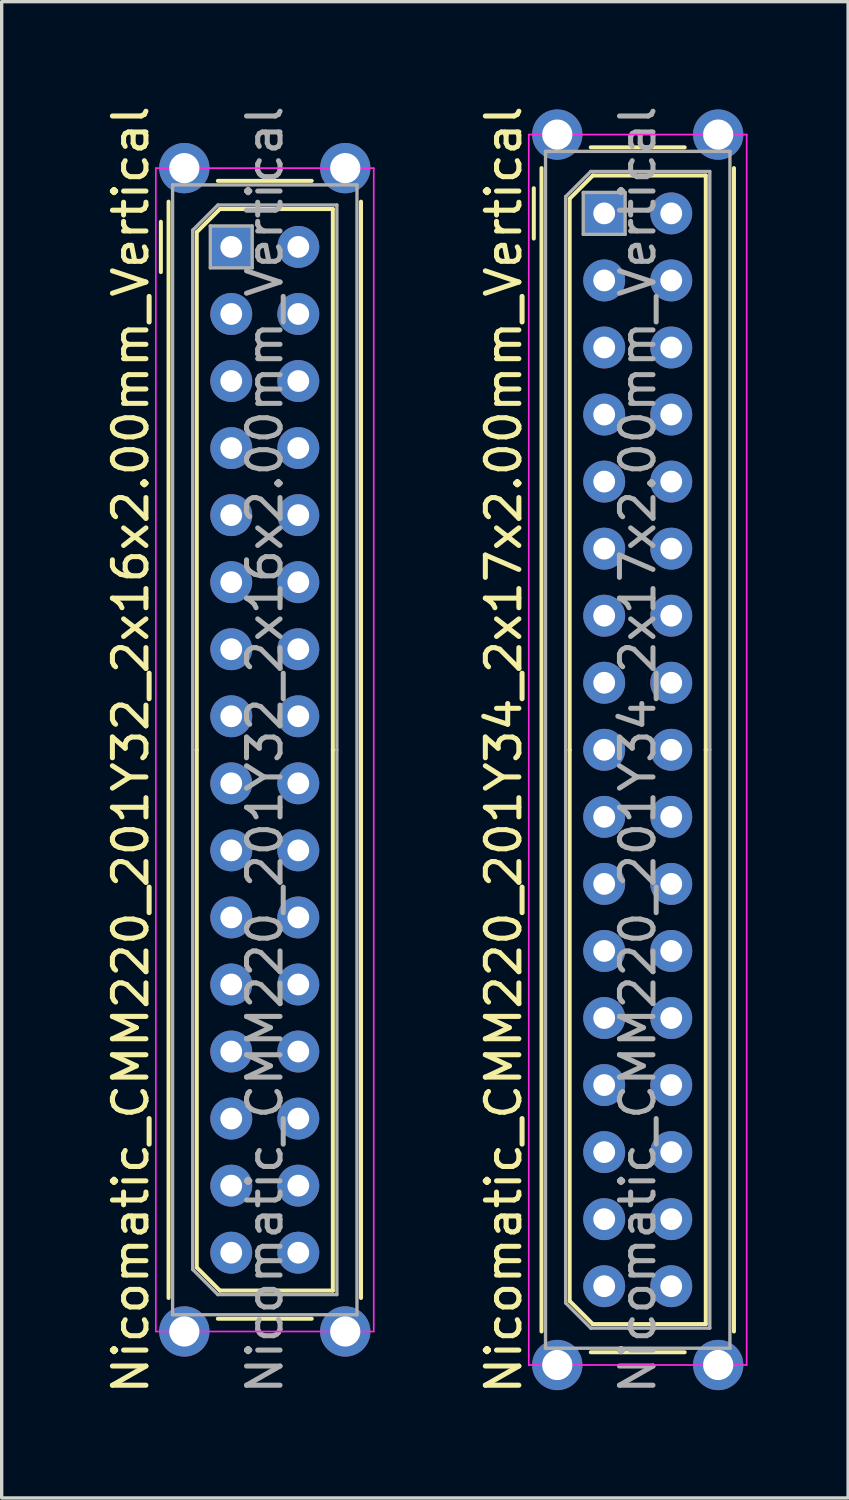
<source format=kicad_pcb>
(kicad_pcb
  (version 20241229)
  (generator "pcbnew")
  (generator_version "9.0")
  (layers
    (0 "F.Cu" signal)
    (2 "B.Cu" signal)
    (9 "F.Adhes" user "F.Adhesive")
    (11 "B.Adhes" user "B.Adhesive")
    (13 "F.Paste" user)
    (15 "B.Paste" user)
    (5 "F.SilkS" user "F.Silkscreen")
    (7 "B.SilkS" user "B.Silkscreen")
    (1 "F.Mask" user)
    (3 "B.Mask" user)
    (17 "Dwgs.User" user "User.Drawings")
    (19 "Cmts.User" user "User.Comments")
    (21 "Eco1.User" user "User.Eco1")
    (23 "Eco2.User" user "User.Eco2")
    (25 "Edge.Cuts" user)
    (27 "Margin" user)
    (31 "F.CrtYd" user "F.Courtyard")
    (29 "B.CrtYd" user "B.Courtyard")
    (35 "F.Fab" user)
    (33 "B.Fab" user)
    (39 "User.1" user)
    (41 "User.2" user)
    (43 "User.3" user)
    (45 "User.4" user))
  (footprint "Nicomatic_CMM220_201Y34_2x17x2.00mm_Vertical"
    (layer "F.Cu")
    (at 14.972 3.315)
    (property "Reference" "Nicomatic_CMM220_201Y34_2x17x2.00mm_Vertical" (at -3 16 90) (layer "F.SilkS") (effects (font (size 1 1) (thickness 0.15))))
    (attr through_hole)
    (fp_line (start -2.1 -0.75) (end -2.1 0.75) (stroke (width 0.12) (type solid)) (layer "F.SilkS"))
    (fp_line (start -1.87 33.35) (end -1.87 -1.35) (stroke (width 0.12) (type solid)) (layer "F.SilkS"))
    (fp_line (start -1.03 -0.44) (end -0.34 -1.13) (stroke (width 0.12) (type solid)) (layer "F.SilkS"))
    (fp_line (start -1.03 16) (end -1.03 -0.44) (stroke (width 0.12) (type solid)) (layer "F.SilkS"))
    (fp_line (start -1.03 16) (end -1.03 32.44) (stroke (width 0.12) (type solid)) (layer "F.SilkS"))
    (fp_line (start -1.03 32.44) (end -0.34 33.13) (stroke (width 0.12) (type solid)) (layer "F.SilkS"))
    (fp_line (start -0.4 -1.97) (end 2.4 -1.97) (stroke (width 0.12) (type solid)) (layer "F.SilkS"))
    (fp_line (start -0.4 33.97) (end 2.4 33.97) (stroke (width 0.12) (type solid)) (layer "F.SilkS"))
    (fp_line (start -0.34 -1.13) (end 3.03 -1.13) (stroke (width 0.12) (type solid)) (layer "F.SilkS"))
    (fp_line (start -0.34 33.13) (end 3.03 33.13) (stroke (width 0.12) (type solid)) (layer "F.SilkS"))
    (fp_line (start 3.03 -1.13) (end 3.03 16) (stroke (width 0.12) (type solid)) (layer "F.SilkS"))
    (fp_line (start 3.03 33.13) (end 3.03 16) (stroke (width 0.12) (type solid)) (layer "F.SilkS"))
    (fp_line (start 3.87 33.35) (end 3.87 -1.35) (stroke (width 0.12) (type solid)) (layer "F.SilkS"))
    (fp_line (start -2.25 -2.35) (end -2.25 34.35) (stroke (width 0.05) (type solid)) (layer "F.CrtYd"))
    (fp_line (start -2.25 34.35) (end 4.25 34.35) (stroke (width 0.05) (type solid)) (layer "F.CrtYd"))
    (fp_line (start 4.25 -2.35) (end -2.25 -2.35) (stroke (width 0.05) (type solid)) (layer "F.CrtYd"))
    (fp_line (start 4.25 34.35) (end 4.25 -2.35) (stroke (width 0.05) (type solid)) (layer "F.CrtYd"))
    (fp_line (start -1.75 -1.85) (end -1.75 33.85) (stroke (width 0.1) (type solid)) (layer "F.Fab"))
    (fp_line (start -1.75 33.85) (end 3.75 33.85) (stroke (width 0.1) (type solid)) (layer "F.Fab"))
    (fp_line (start -1.15 -0.5) (end -0.4 -1.25) (stroke (width 0.1) (type solid)) (layer "F.Fab"))
    (fp_line (start -1.15 16) (end -1.15 -0.5) (stroke (width 0.1) (type solid)) (layer "F.Fab"))
    (fp_line (start -1.15 16) (end -1.15 32.5) (stroke (width 0.1) (type solid)) (layer "F.Fab"))
    (fp_line (start -1.15 32.5) (end -0.4 33.25) (stroke (width 0.1) (type solid)) (layer "F.Fab"))
    (fp_line (start -0.625 -0.625) (end -0.625 0.625) (stroke (width 0.1) (type solid)) (layer "F.Fab"))
    (fp_line (start -0.625 0.625) (end 0.625 0.625) (stroke (width 0.1) (type solid)) (layer "F.Fab"))
    (fp_line (start -0.4 -1.25) (end 3.15 -1.25) (stroke (width 0.1) (type solid)) (layer "F.Fab"))
    (fp_line (start -0.4 33.25) (end 3.15 33.25) (stroke (width 0.1) (type solid)) (layer "F.Fab"))
    (fp_line (start 0.625 -0.625) (end -0.625 -0.625) (stroke (width 0.1) (type solid)) (layer "F.Fab"))
    (fp_line (start 0.625 0.625) (end 0.625 -0.625) (stroke (width 0.1) (type solid)) (layer "F.Fab"))
    (fp_line (start 3.15 -1.25) (end 3.15 16) (stroke (width 0.1) (type solid)) (layer "F.Fab"))
    (fp_line (start 3.15 33.25) (end 3.15 16) (stroke (width 0.1) (type solid)) (layer "F.Fab"))
    (fp_line (start 3.75 -1.85) (end -1.75 -1.85) (stroke (width 0.1) (type solid)) (layer "F.Fab"))
    (fp_line (start 3.75 33.85) (end 3.75 -1.85) (stroke (width 0.1) (type solid)) (layer "F.Fab"))
    (fp_text user "${REFERENCE}" (at 1 16 90) (layer "F.Fab") (effects (font (size 1 1) (thickness 0.15))))
    (pad "" thru_hole circle (at -1.4 -2.35) (size 1.5 1.5) (drill 0.9) (layers "*.Cu" "*.Mask"))
    (pad "" thru_hole circle (at -1.4 34.35) (size 1.5 1.5) (drill 0.9) (layers "*.Cu" "*.Mask"))
    (pad "" thru_hole circle (at 3.4 -2.35) (size 1.5 1.5) (drill 0.9) (layers "*.Cu" "*.Mask"))
    (pad "" thru_hole circle (at 3.4 34.35) (size 1.5 1.5) (drill 0.9) (layers "*.Cu" "*.Mask"))
    (pad "1" thru_hole rect (at 0 0) (size 1.25 1.25) (drill 0.65) (layers "*.Cu" "*.Mask"))
    (pad "2" thru_hole oval (at 0 2) (size 1.25 1.25) (drill 0.65) (layers "*.Cu" "*.Mask"))
    (pad "3" thru_hole oval (at 0 4) (size 1.25 1.25) (drill 0.65) (layers "*.Cu" "*.Mask"))
    (pad "4" thru_hole oval (at 0 6) (size 1.25 1.25) (drill 0.65) (layers "*.Cu" "*.Mask"))
    (pad "5" thru_hole oval (at 0 8) (size 1.25 1.25) (drill 0.65) (layers "*.Cu" "*.Mask"))
    (pad "6" thru_hole oval (at 0 10) (size 1.25 1.25) (drill 0.65) (layers "*.Cu" "*.Mask"))
    (pad "7" thru_hole oval (at 0 12) (size 1.25 1.25) (drill 0.65) (layers "*.Cu" "*.Mask"))
    (pad "8" thru_hole oval (at 0 14) (size 1.25 1.25) (drill 0.65) (layers "*.Cu" "*.Mask"))
    (pad "9" thru_hole oval (at 0 16) (size 1.25 1.25) (drill 0.65) (layers "*.Cu" "*.Mask"))
    (pad "10" thru_hole oval (at 0 18) (size 1.25 1.25) (drill 0.65) (layers "*.Cu" "*.Mask"))
    (pad "11" thru_hole oval (at 0 20) (size 1.25 1.25) (drill 0.65) (layers "*.Cu" "*.Mask"))
    (pad "12" thru_hole oval (at 0 22) (size 1.25 1.25) (drill 0.65) (layers "*.Cu" "*.Mask"))
    (pad "13" thru_hole oval (at 0 24) (size 1.25 1.25) (drill 0.65) (layers "*.Cu" "*.Mask"))
    (pad "14" thru_hole oval (at 0 26) (size 1.25 1.25) (drill 0.65) (layers "*.Cu" "*.Mask"))
    (pad "15" thru_hole oval (at 0 28) (size 1.25 1.25) (drill 0.65) (layers "*.Cu" "*.Mask"))
    (pad "16" thru_hole oval (at 0 30) (size 1.25 1.25) (drill 0.65) (layers "*.Cu" "*.Mask"))
    (pad "17" thru_hole oval (at 0 32) (size 1.25 1.25) (drill 0.65) (layers "*.Cu" "*.Mask"))
    (pad "18" thru_hole oval (at 2 0) (size 1.25 1.25) (drill 0.65) (layers "*.Cu" "*.Mask"))
    (pad "19" thru_hole oval (at 2 2) (size 1.25 1.25) (drill 0.65) (layers "*.Cu" "*.Mask"))
    (pad "20" thru_hole oval (at 2 4) (size 1.25 1.25) (drill 0.65) (layers "*.Cu" "*.Mask"))
    (pad "21" thru_hole oval (at 2 6) (size 1.25 1.25) (drill 0.65) (layers "*.Cu" "*.Mask"))
    (pad "22" thru_hole oval (at 2 8) (size 1.25 1.25) (drill 0.65) (layers "*.Cu" "*.Mask"))
    (pad "23" thru_hole oval (at 2 10) (size 1.25 1.25) (drill 0.65) (layers "*.Cu" "*.Mask"))
    (pad "24" thru_hole oval (at 2 12) (size 1.25 1.25) (drill 0.65) (layers "*.Cu" "*.Mask"))
    (pad "25" thru_hole oval (at 2 14) (size 1.25 1.25) (drill 0.65) (layers "*.Cu" "*.Mask"))
    (pad "26" thru_hole oval (at 2 16) (size 1.25 1.25) (drill 0.65) (layers "*.Cu" "*.Mask"))
    (pad "27" thru_hole oval (at 2 18) (size 1.25 1.25) (drill 0.65) (layers "*.Cu" "*.Mask"))
    (pad "28" thru_hole oval (at 2 20) (size 1.25 1.25) (drill 0.65) (layers "*.Cu" "*.Mask"))
    (pad "29" thru_hole oval (at 2 22) (size 1.25 1.25) (drill 0.65) (layers "*.Cu" "*.Mask"))
    (pad "30" thru_hole oval (at 2 24) (size 1.25 1.25) (drill 0.65) (layers "*.Cu" "*.Mask"))
    (pad "31" thru_hole oval (at 2 26) (size 1.25 1.25) (drill 0.65) (layers "*.Cu" "*.Mask"))
    (pad "32" thru_hole oval (at 2 28) (size 1.25 1.25) (drill 0.65) (layers "*.Cu" "*.Mask"))
    (pad "33" thru_hole oval (at 2 30) (size 1.25 1.25) (drill 0.65) (layers "*.Cu" "*.Mask"))
    (pad "34" thru_hole oval (at 2 32) (size 1.25 1.25) (drill 0.65) (layers "*.Cu" "*.Mask")))
  (footprint "Nicomatic_CMM220_201Y32_2x16x2.00mm_Vertical"
    (layer "F.Cu")
    (at 3.848 4.315)
    (property "Reference" "Nicomatic_CMM220_201Y32_2x16x2.00mm_Vertical" (at -3 15 90) (layer "F.SilkS") (effects (font (size 1 1) (thickness 0.15))))
    (attr through_hole)
    (fp_line (start -2.1 -0.75) (end -2.1 0.75) (stroke (width 0.12) (type solid)) (layer "F.SilkS"))
    (fp_line (start -1.87 31.35) (end -1.87 -1.35) (stroke (width 0.12) (type solid)) (layer "F.SilkS"))
    (fp_line (start -1.03 -0.44) (end -0.34 -1.13) (stroke (width 0.12) (type solid)) (layer "F.SilkS"))
    (fp_line (start -1.03 15) (end -1.03 -0.44) (stroke (width 0.12) (type solid)) (layer "F.SilkS"))
    (fp_line (start -1.03 15) (end -1.03 30.44) (stroke (width 0.12) (type solid)) (layer "F.SilkS"))
    (fp_line (start -1.03 30.44) (end -0.34 31.13) (stroke (width 0.12) (type solid)) (layer "F.SilkS"))
    (fp_line (start -0.4 -1.97) (end 2.4 -1.97) (stroke (width 0.12) (type solid)) (layer "F.SilkS"))
    (fp_line (start -0.4 31.97) (end 2.4 31.97) (stroke (width 0.12) (type solid)) (layer "F.SilkS"))
    (fp_line (start -0.34 -1.13) (end 3.03 -1.13) (stroke (width 0.12) (type solid)) (layer "F.SilkS"))
    (fp_line (start -0.34 31.13) (end 3.03 31.13) (stroke (width 0.12) (type solid)) (layer "F.SilkS"))
    (fp_line (start 3.03 -1.13) (end 3.03 15) (stroke (width 0.12) (type solid)) (layer "F.SilkS"))
    (fp_line (start 3.03 31.13) (end 3.03 15) (stroke (width 0.12) (type solid)) (layer "F.SilkS"))
    (fp_line (start 3.87 31.35) (end 3.87 -1.35) (stroke (width 0.12) (type solid)) (layer "F.SilkS"))
    (fp_line (start -2.25 -2.35) (end -2.25 32.35) (stroke (width 0.05) (type solid)) (layer "F.CrtYd"))
    (fp_line (start -2.25 32.35) (end 4.25 32.35) (stroke (width 0.05) (type solid)) (layer "F.CrtYd"))
    (fp_line (start 4.25 -2.35) (end -2.25 -2.35) (stroke (width 0.05) (type solid)) (layer "F.CrtYd"))
    (fp_line (start 4.25 32.35) (end 4.25 -2.35) (stroke (width 0.05) (type solid)) (layer "F.CrtYd"))
    (fp_line (start -1.75 -1.85) (end -1.75 31.85) (stroke (width 0.1) (type solid)) (layer "F.Fab"))
    (fp_line (start -1.75 31.85) (end 3.75 31.85) (stroke (width 0.1) (type solid)) (layer "F.Fab"))
    (fp_line (start -1.15 -0.5) (end -0.4 -1.25) (stroke (width 0.1) (type solid)) (layer "F.Fab"))
    (fp_line (start -1.15 15) (end -1.15 -0.5) (stroke (width 0.1) (type solid)) (layer "F.Fab"))
    (fp_line (start -1.15 15) (end -1.15 30.5) (stroke (width 0.1) (type solid)) (layer "F.Fab"))
    (fp_line (start -1.15 30.5) (end -0.4 31.25) (stroke (width 0.1) (type solid)) (layer "F.Fab"))
    (fp_line (start -0.625 -0.625) (end -0.625 0.625) (stroke (width 0.1) (type solid)) (layer "F.Fab"))
    (fp_line (start -0.625 0.625) (end 0.625 0.625) (stroke (width 0.1) (type solid)) (layer "F.Fab"))
    (fp_line (start -0.4 -1.25) (end 3.15 -1.25) (stroke (width 0.1) (type solid)) (layer "F.Fab"))
    (fp_line (start -0.4 31.25) (end 3.15 31.25) (stroke (width 0.1) (type solid)) (layer "F.Fab"))
    (fp_line (start 0.625 -0.625) (end -0.625 -0.625) (stroke (width 0.1) (type solid)) (layer "F.Fab"))
    (fp_line (start 0.625 0.625) (end 0.625 -0.625) (stroke (width 0.1) (type solid)) (layer "F.Fab"))
    (fp_line (start 3.15 -1.25) (end 3.15 15) (stroke (width 0.1) (type solid)) (layer "F.Fab"))
    (fp_line (start 3.15 31.25) (end 3.15 15) (stroke (width 0.1) (type solid)) (layer "F.Fab"))
    (fp_line (start 3.75 -1.85) (end -1.75 -1.85) (stroke (width 0.1) (type solid)) (layer "F.Fab"))
    (fp_line (start 3.75 31.85) (end 3.75 -1.85) (stroke (width 0.1) (type solid)) (layer "F.Fab"))
    (fp_text user "${REFERENCE}" (at 1 15 90) (layer "F.Fab") (effects (font (size 1 1) (thickness 0.15))))
    (pad "" thru_hole circle (at -1.4 -2.35) (size 1.5 1.5) (drill 0.9) (layers "*.Cu" "*.Mask"))
    (pad "" thru_hole circle (at -1.4 32.35) (size 1.5 1.5) (drill 0.9) (layers "*.Cu" "*.Mask"))
    (pad "" thru_hole circle (at 3.4 -2.35) (size 1.5 1.5) (drill 0.9) (layers "*.Cu" "*.Mask"))
    (pad "" thru_hole circle (at 3.4 32.35) (size 1.5 1.5) (drill 0.9) (layers "*.Cu" "*.Mask"))
    (pad "1" thru_hole rect (at 0 0) (size 1.25 1.25) (drill 0.65) (layers "*.Cu" "*.Mask"))
    (pad "2" thru_hole oval (at 0 2) (size 1.25 1.25) (drill 0.65) (layers "*.Cu" "*.Mask"))
    (pad "3" thru_hole oval (at 0 4) (size 1.25 1.25) (drill 0.65) (layers "*.Cu" "*.Mask"))
    (pad "4" thru_hole oval (at 0 6) (size 1.25 1.25) (drill 0.65) (layers "*.Cu" "*.Mask"))
    (pad "5" thru_hole oval (at 0 8) (size 1.25 1.25) (drill 0.65) (layers "*.Cu" "*.Mask"))
    (pad "6" thru_hole oval (at 0 10) (size 1.25 1.25) (drill 0.65) (layers "*.Cu" "*.Mask"))
    (pad "7" thru_hole oval (at 0 12) (size 1.25 1.25) (drill 0.65) (layers "*.Cu" "*.Mask"))
    (pad "8" thru_hole oval (at 0 14) (size 1.25 1.25) (drill 0.65) (layers "*.Cu" "*.Mask"))
    (pad "9" thru_hole oval (at 0 16) (size 1.25 1.25) (drill 0.65) (layers "*.Cu" "*.Mask"))
    (pad "10" thru_hole oval (at 0 18) (size 1.25 1.25) (drill 0.65) (layers "*.Cu" "*.Mask"))
    (pad "11" thru_hole oval (at 0 20) (size 1.25 1.25) (drill 0.65) (layers "*.Cu" "*.Mask"))
    (pad "12" thru_hole oval (at 0 22) (size 1.25 1.25) (drill 0.65) (layers "*.Cu" "*.Mask"))
    (pad "13" thru_hole oval (at 0 24) (size 1.25 1.25) (drill 0.65) (layers "*.Cu" "*.Mask"))
    (pad "14" thru_hole oval (at 0 26) (size 1.25 1.25) (drill 0.65) (layers "*.Cu" "*.Mask"))
    (pad "15" thru_hole oval (at 0 28) (size 1.25 1.25) (drill 0.65) (layers "*.Cu" "*.Mask"))
    (pad "16" thru_hole oval (at 0 30) (size 1.25 1.25) (drill 0.65) (layers "*.Cu" "*.Mask"))
    (pad "17" thru_hole oval (at 2 0) (size 1.25 1.25) (drill 0.65) (layers "*.Cu" "*.Mask"))
    (pad "18" thru_hole oval (at 2 2) (size 1.25 1.25) (drill 0.65) (layers "*.Cu" "*.Mask"))
    (pad "19" thru_hole oval (at 2 4) (size 1.25 1.25) (drill 0.65) (layers "*.Cu" "*.Mask"))
    (pad "20" thru_hole oval (at 2 6) (size 1.25 1.25) (drill 0.65) (layers "*.Cu" "*.Mask"))
    (pad "21" thru_hole oval (at 2 8) (size 1.25 1.25) (drill 0.65) (layers "*.Cu" "*.Mask"))
    (pad "22" thru_hole oval (at 2 10) (size 1.25 1.25) (drill 0.65) (layers "*.Cu" "*.Mask"))
    (pad "23" thru_hole oval (at 2 12) (size 1.25 1.25) (drill 0.65) (layers "*.Cu" "*.Mask"))
    (pad "24" thru_hole oval (at 2 14) (size 1.25 1.25) (drill 0.65) (layers "*.Cu" "*.Mask"))
    (pad "25" thru_hole oval (at 2 16) (size 1.25 1.25) (drill 0.65) (layers "*.Cu" "*.Mask"))
    (pad "26" thru_hole oval (at 2 18) (size 1.25 1.25) (drill 0.65) (layers "*.Cu" "*.Mask"))
    (pad "27" thru_hole oval (at 2 20) (size 1.25 1.25) (drill 0.65) (layers "*.Cu" "*.Mask"))
    (pad "28" thru_hole oval (at 2 22) (size 1.25 1.25) (drill 0.65) (layers "*.Cu" "*.Mask"))
    (pad "29" thru_hole oval (at 2 24) (size 1.25 1.25) (drill 0.65) (layers "*.Cu" "*.Mask"))
    (pad "30" thru_hole oval (at 2 26) (size 1.25 1.25) (drill 0.65) (layers "*.Cu" "*.Mask"))
    (pad "31" thru_hole oval (at 2 28) (size 1.25 1.25) (drill 0.65) (layers "*.Cu" "*.Mask"))
    (pad "32" thru_hole oval (at 2 30) (size 1.25 1.25) (drill 0.65) (layers "*.Cu" "*.Mask")))
  (gr_rect
    (start -3 -3)
    (end 22.247 41.631)
    (stroke (width 0.1) (type default))
    (fill no)
    (layer "Edge.Cuts")))
</source>
